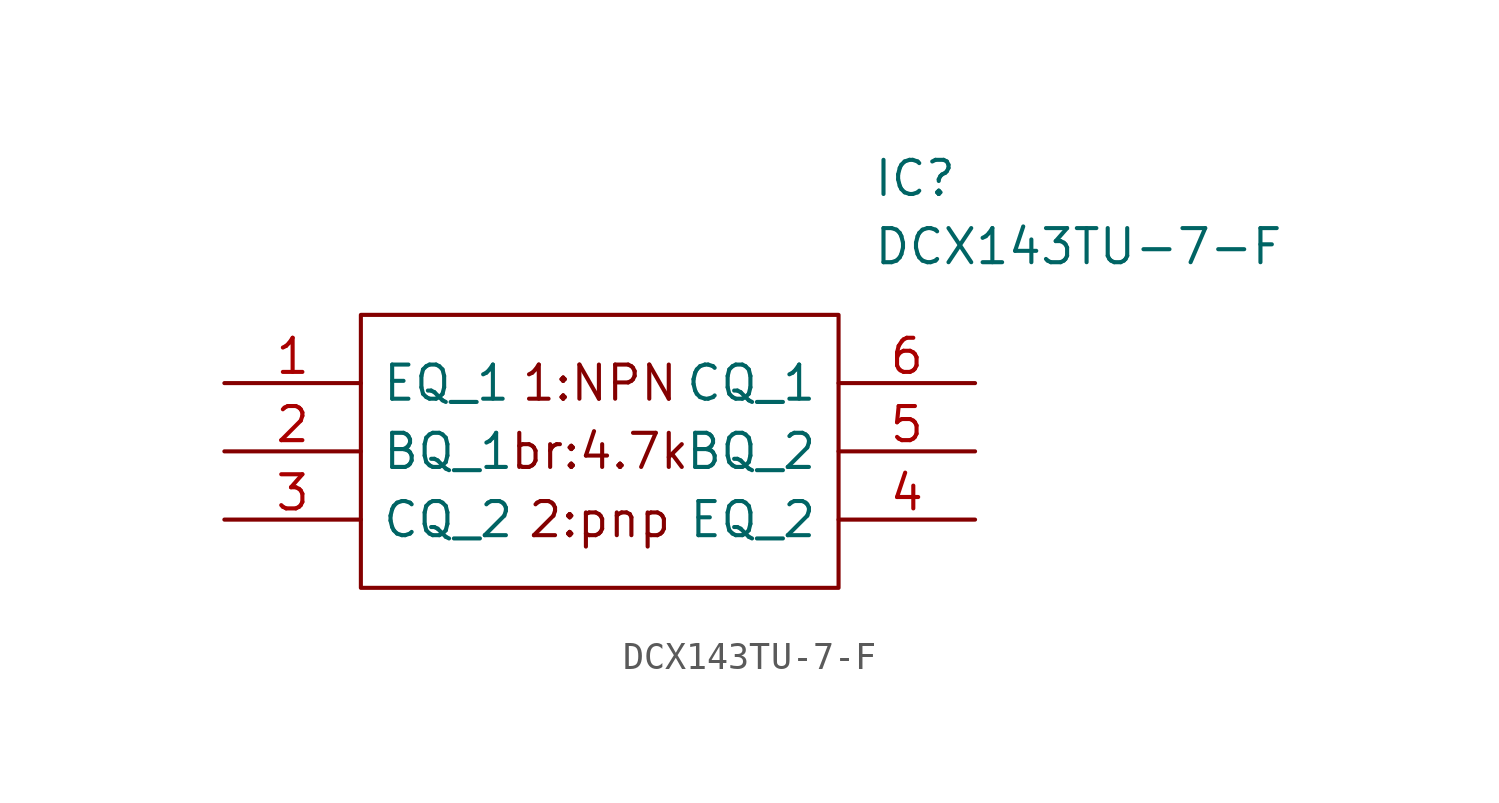
<source format=kicad_sym>
(kicad_symbol_lib
  (version 20211014)
  (generator kicad_symbol_editor)
  (symbol "DCX143TU-7-F"
    (pin_names
      (offset 0.762))
    (property "Reference" "IC"
      (at 24.13 7.62 0)
      (effects (font (size 1.27 1.27)) (justify left)))
    (property "Value" "DCX143TU-7-F"
      (at 24.13 5.08 0)
      (effects (font (size 1.27 1.27)) (justify left)))
    (symbol "DCX143TU-7-F_0_0"
      (text "1:NPN" (at 13.97 0 0) (effects (font (size 1.27 1.27))))
      (text "2:pnp" (at 13.97 -5.08 0) (effects (font (size 1.27 1.27))))
      (text "br:4.7k" (at 13.97 -2.54 0) (effects (font (size 1.27 1.27))))
      (pin passive line (at 0 0 0) (length 5.08) (name "EQ_1" (effects (font (size 1.27 1.27)))) (number "1" (effects (font (size 1.27 1.27)))))
      (pin passive line (at 0 -2.54 0) (length 5.08) (name "BQ_1" (effects (font (size 1.27 1.27)))) (number "2" (effects (font (size 1.27 1.27)))))
      (pin passive line (at 0 -5.08 0) (length 5.08) (name "CQ_2" (effects (font (size 1.27 1.27)))) (number "3" (effects (font (size 1.27 1.27)))))
      (pin passive line (at 27.94 -5.08 180) (length 5.08) (name "EQ_2" (effects (font (size 1.27 1.27)))) (number "4" (effects (font (size 1.27 1.27)))))
      (pin passive line (at 27.94 -2.54 180) (length 5.08) (name "BQ_2" (effects (font (size 1.27 1.27)))) (number "5" (effects (font (size 1.27 1.27)))))
      (pin passive line (at 27.94 0 180) (length 5.08) (name "CQ_1" (effects (font (size 1.27 1.27)))) (number "6" (effects (font (size 1.27 1.27))))))
    (symbol "DCX143TU-7-F_0_1"
      (polyline (pts (xy 5.08 2.54) (xy 22.86 2.54) (xy 22.86 -7.62) (xy 5.08 -7.62) (xy 5.08 2.54)) (stroke (width 0.152) (type default) (color 0 0 0 0)) (fill (type none))))))
</source>
